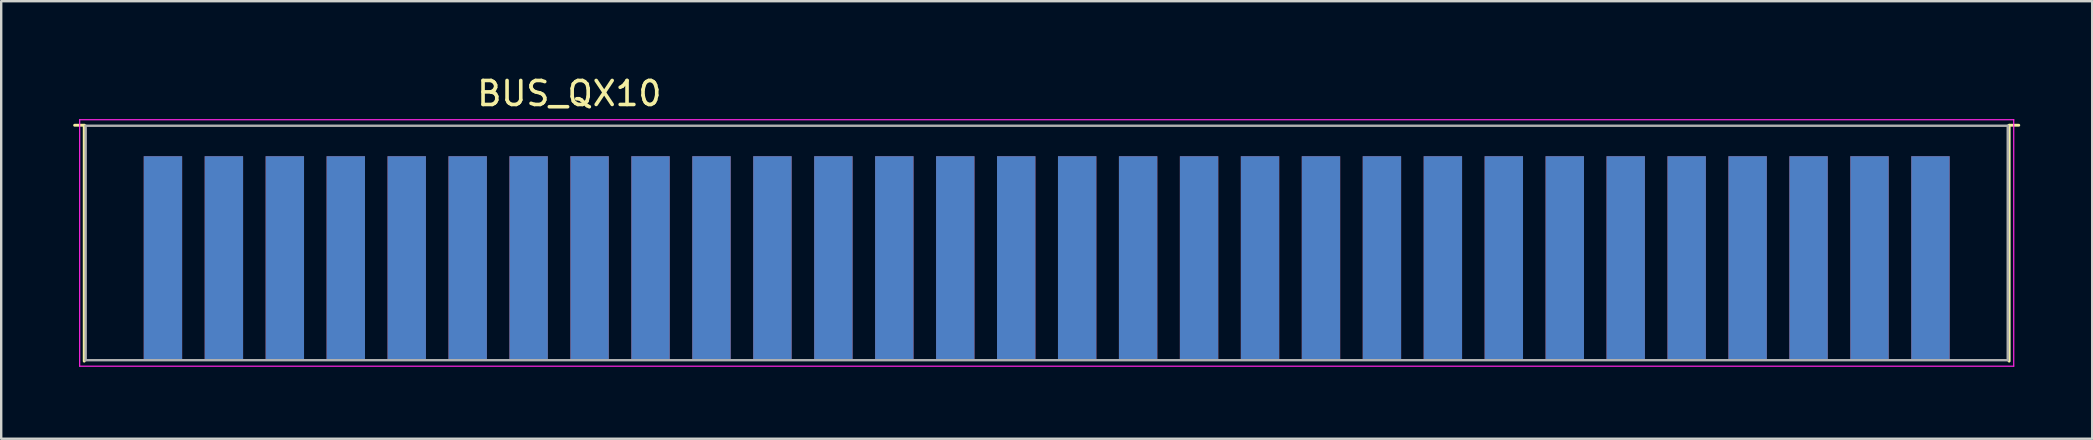
<source format=kicad_pcb>
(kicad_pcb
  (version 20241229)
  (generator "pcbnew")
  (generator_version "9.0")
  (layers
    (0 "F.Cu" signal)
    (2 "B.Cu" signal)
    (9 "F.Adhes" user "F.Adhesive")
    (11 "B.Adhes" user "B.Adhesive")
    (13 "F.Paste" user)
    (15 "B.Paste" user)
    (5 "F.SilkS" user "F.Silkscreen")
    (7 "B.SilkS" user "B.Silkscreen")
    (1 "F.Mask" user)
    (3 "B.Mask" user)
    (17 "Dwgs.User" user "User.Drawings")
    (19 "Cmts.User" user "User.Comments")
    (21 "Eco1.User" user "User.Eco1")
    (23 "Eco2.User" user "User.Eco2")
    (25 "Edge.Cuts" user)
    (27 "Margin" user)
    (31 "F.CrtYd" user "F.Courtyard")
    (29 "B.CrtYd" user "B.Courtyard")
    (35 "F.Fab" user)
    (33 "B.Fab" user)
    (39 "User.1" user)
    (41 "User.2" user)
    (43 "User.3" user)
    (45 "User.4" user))
  (footprint "BUS_QX10"
    (layer "F.Cu")
    (at 78.08 4.15)
    (property "Reference" "BUS_QX10" (at -57.404 -3.302 0) (layer "F.SilkS") (effects (font (size 1 1) (thickness 0.15))))
    (attr exclude_from_pos_files exclude_from_bom)
    (fp_line (start -77.62 -1.98) (end -78.02 -1.98) (stroke (width 0.12) (type solid)) (layer "F.SilkS"))
    (fp_line (start -77.62 7.85) (end -77.62 -1.98) (stroke (width 0.12) (type solid)) (layer "F.SilkS"))
    (fp_line (start 2.6 -1.98) (end 3 -1.98) (stroke (width 0.12) (type solid)) (layer "F.SilkS"))
    (fp_line (start 2.6 7.85) (end 2.6 -1.98) (stroke (width 0.12) (type solid)) (layer "F.SilkS"))
    (fp_line (start -77.81 -2.21) (end 2.79 -2.21) (stroke (width 0.05) (type solid)) (layer "F.CrtYd"))
    (fp_line (start -77.81 8.06) (end -77.81 -2.21) (stroke (width 0.05) (type solid)) (layer "F.CrtYd"))
    (fp_line (start 2.79 8.06) (end -77.81 8.06) (stroke (width 0.05) (type solid)) (layer "F.CrtYd"))
    (fp_line (start 2.79 8.06) (end 2.79 -2.21) (stroke (width 0.05) (type solid)) (layer "F.CrtYd"))
    (fp_line (start -77.56 -1.96) (end 2.54 -1.96) (stroke (width 0.1) (type solid)) (layer "F.Fab"))
    (fp_line (start -77.56 7.81) (end -77.56 -1.96) (stroke (width 0.1) (type solid)) (layer "F.Fab"))
    (fp_line (start 2.54 -1.96) (end 2.54 7.81) (stroke (width 0.1) (type solid)) (layer "F.Fab"))
    (fp_line (start 2.54 7.81) (end -77.56 7.81) (stroke (width 0.1) (type solid)) (layer "F.Fab"))
    (pad "1" connect rect (at -74.34 3.56) (size 1.6 8.5) (layers "F.Cu" "F.Mask"))
    (pad "2" connect rect (at -74.34 3.56) (size 1.6 8.5) (layers "B.Cu" "B.Mask"))
    (pad "3" connect rect (at -71.8 3.56) (size 1.6 8.5) (layers "F.Cu" "F.Mask"))
    (pad "4" connect rect (at -71.8 3.56) (size 1.6 8.5) (layers "B.Cu" "B.Mask"))
    (pad "5" connect rect (at -69.26 3.56) (size 1.6 8.5) (layers "F.Cu" "F.Mask"))
    (pad "6" connect rect (at -69.26 3.56) (size 1.6 8.5) (layers "B.Cu" "B.Mask"))
    (pad "7" connect rect (at -66.72 3.56) (size 1.6 8.5) (layers "F.Cu" "F.Mask"))
    (pad "8" connect rect (at -66.72 3.56) (size 1.6 8.5) (layers "B.Cu" "B.Mask"))
    (pad "9" connect rect (at -64.18 3.56) (size 1.6 8.5) (layers "F.Cu" "F.Mask"))
    (pad "10" connect rect (at -64.18 3.56) (size 1.6 8.5) (layers "B.Cu" "B.Mask"))
    (pad "11" connect rect (at -61.64 3.56) (size 1.6 8.5) (layers "F.Cu" "F.Mask"))
    (pad "12" connect rect (at -61.64 3.56) (size 1.6 8.5) (layers "B.Cu" "B.Mask"))
    (pad "13" connect rect (at -59.1 3.56) (size 1.6 8.5) (layers "F.Cu" "F.Mask"))
    (pad "14" connect rect (at -59.1 3.56) (size 1.6 8.5) (layers "B.Cu" "B.Mask"))
    (pad "15" connect rect (at -56.56 3.56) (size 1.6 8.5) (layers "F.Cu" "F.Mask"))
    (pad "16" connect rect (at -56.56 3.56) (size 1.6 8.5) (layers "B.Cu" "B.Mask"))
    (pad "17" connect rect (at -54.02 3.56) (size 1.6 8.5) (layers "F.Cu" "F.Mask"))
    (pad "18" connect rect (at -54.02 3.56) (size 1.6 8.5) (layers "B.Cu" "B.Mask"))
    (pad "19" connect rect (at -51.48 3.56) (size 1.6 8.5) (layers "F.Cu" "F.Mask"))
    (pad "20" connect rect (at -51.48 3.56) (size 1.6 8.5) (layers "B.Cu" "B.Mask"))
    (pad "21" connect rect (at -48.94 3.56) (size 1.6 8.5) (layers "F.Cu" "F.Mask"))
    (pad "22" connect rect (at -48.94 3.56) (size 1.6 8.5) (layers "B.Cu" "B.Mask"))
    (pad "23" connect rect (at -46.4 3.56) (size 1.6 8.5) (layers "F.Cu" "F.Mask"))
    (pad "24" connect rect (at -46.4 3.56) (size 1.6 8.5) (layers "B.Cu" "B.Mask"))
    (pad "25" connect rect (at -43.86 3.56) (size 1.6 8.5) (layers "F.Cu" "F.Mask"))
    (pad "26" connect rect (at -43.86 3.56) (size 1.6 8.5) (layers "B.Cu" "B.Mask"))
    (pad "27" connect rect (at -41.32 3.56) (size 1.6 8.5) (layers "F.Cu" "F.Mask"))
    (pad "28" connect rect (at -41.32 3.56) (size 1.6 8.5) (layers "B.Cu" "B.Mask"))
    (pad "29" connect rect (at -38.78 3.56) (size 1.6 8.5) (layers "F.Cu" "F.Mask"))
    (pad "30" connect rect (at -38.78 3.56) (size 1.6 8.5) (layers "B.Cu" "B.Mask"))
    (pad "31" connect rect (at -36.24 3.56) (size 1.6 8.5) (layers "F.Cu" "F.Mask"))
    (pad "32" connect rect (at -36.24 3.56) (size 1.6 8.5) (layers "B.Cu" "B.Mask"))
    (pad "33" connect rect (at -33.7 3.56) (size 1.6 8.5) (layers "F.Cu" "F.Mask"))
    (pad "34" connect rect (at -33.7 3.56) (size 1.6 8.5) (layers "B.Cu" "B.Mask"))
    (pad "35" connect rect (at -31.16 3.56) (size 1.6 8.5) (layers "F.Cu" "F.Mask"))
    (pad "36" connect rect (at -31.16 3.56) (size 1.6 8.5) (layers "B.Cu" "B.Mask"))
    (pad "37" connect rect (at -28.62 3.56) (size 1.6 8.5) (layers "F.Cu" "F.Mask"))
    (pad "38" connect rect (at -28.62 3.56) (size 1.6 8.5) (layers "B.Cu" "B.Mask"))
    (pad "39" connect rect (at -26.08 3.56) (size 1.6 8.5) (layers "F.Cu" "F.Mask"))
    (pad "40" connect rect (at -26.08 3.56) (size 1.6 8.5) (layers "B.Cu" "B.Mask"))
    (pad "41" connect rect (at -23.54 3.56) (size 1.6 8.5) (layers "F.Cu" "F.Mask"))
    (pad "42" connect rect (at -23.54 3.56) (size 1.6 8.5) (layers "B.Cu" "B.Mask"))
    (pad "43" connect rect (at -21 3.56) (size 1.6 8.5) (layers "F.Cu" "F.Mask"))
    (pad "44" connect rect (at -21 3.56) (size 1.6 8.5) (layers "B.Cu" "B.Mask"))
    (pad "45" connect rect (at -18.46 3.56) (size 1.6 8.5) (layers "F.Cu" "F.Mask"))
    (pad "46" connect rect (at -18.46 3.56) (size 1.6 8.5) (layers "B.Cu" "B.Mask"))
    (pad "47" connect rect (at -15.92 3.56) (size 1.6 8.5) (layers "F.Cu" "F.Mask"))
    (pad "48" connect rect (at -15.92 3.56) (size 1.6 8.5) (layers "B.Cu" "B.Mask"))
    (pad "49" connect rect (at -13.38 3.56) (size 1.6 8.5) (layers "F.Cu" "F.Mask"))
    (pad "50" connect rect (at -13.38 3.56) (size 1.6 8.5) (layers "B.Cu" "B.Mask"))
    (pad "51" connect rect (at -10.84 3.56) (size 1.6 8.5) (layers "F.Cu" "F.Mask"))
    (pad "52" connect rect (at -10.84 3.56) (size 1.6 8.5) (layers "B.Cu" "B.Mask"))
    (pad "53" connect rect (at -8.3 3.56) (size 1.6 8.5) (layers "F.Cu" "F.Mask"))
    (pad "54" connect rect (at -8.3 3.56) (size 1.6 8.5) (layers "B.Cu" "B.Mask"))
    (pad "55" connect rect (at -5.76 3.56) (size 1.6 8.5) (layers "F.Cu" "F.Mask"))
    (pad "56" connect rect (at -5.76 3.56) (size 1.6 8.5) (layers "B.Cu" "B.Mask"))
    (pad "57" connect rect (at -3.22 3.56) (size 1.6 8.5) (layers "F.Cu" "F.Mask"))
    (pad "58" connect rect (at -3.22 3.56) (size 1.6 8.5) (layers "B.Cu" "B.Mask"))
    (pad "59" connect rect (at -0.68 3.56) (size 1.6 8.5) (layers "F.Cu" "F.Mask"))
    (pad "60" connect rect (at -0.68 3.56) (size 1.6 8.5) (layers "B.Cu" "B.Mask")))
  (gr_rect
    (start -3 -3)
    (end 84.14 15.235)
    (stroke (width 0.1) (type default))
    (fill no)
    (layer "Edge.Cuts")))
</source>
